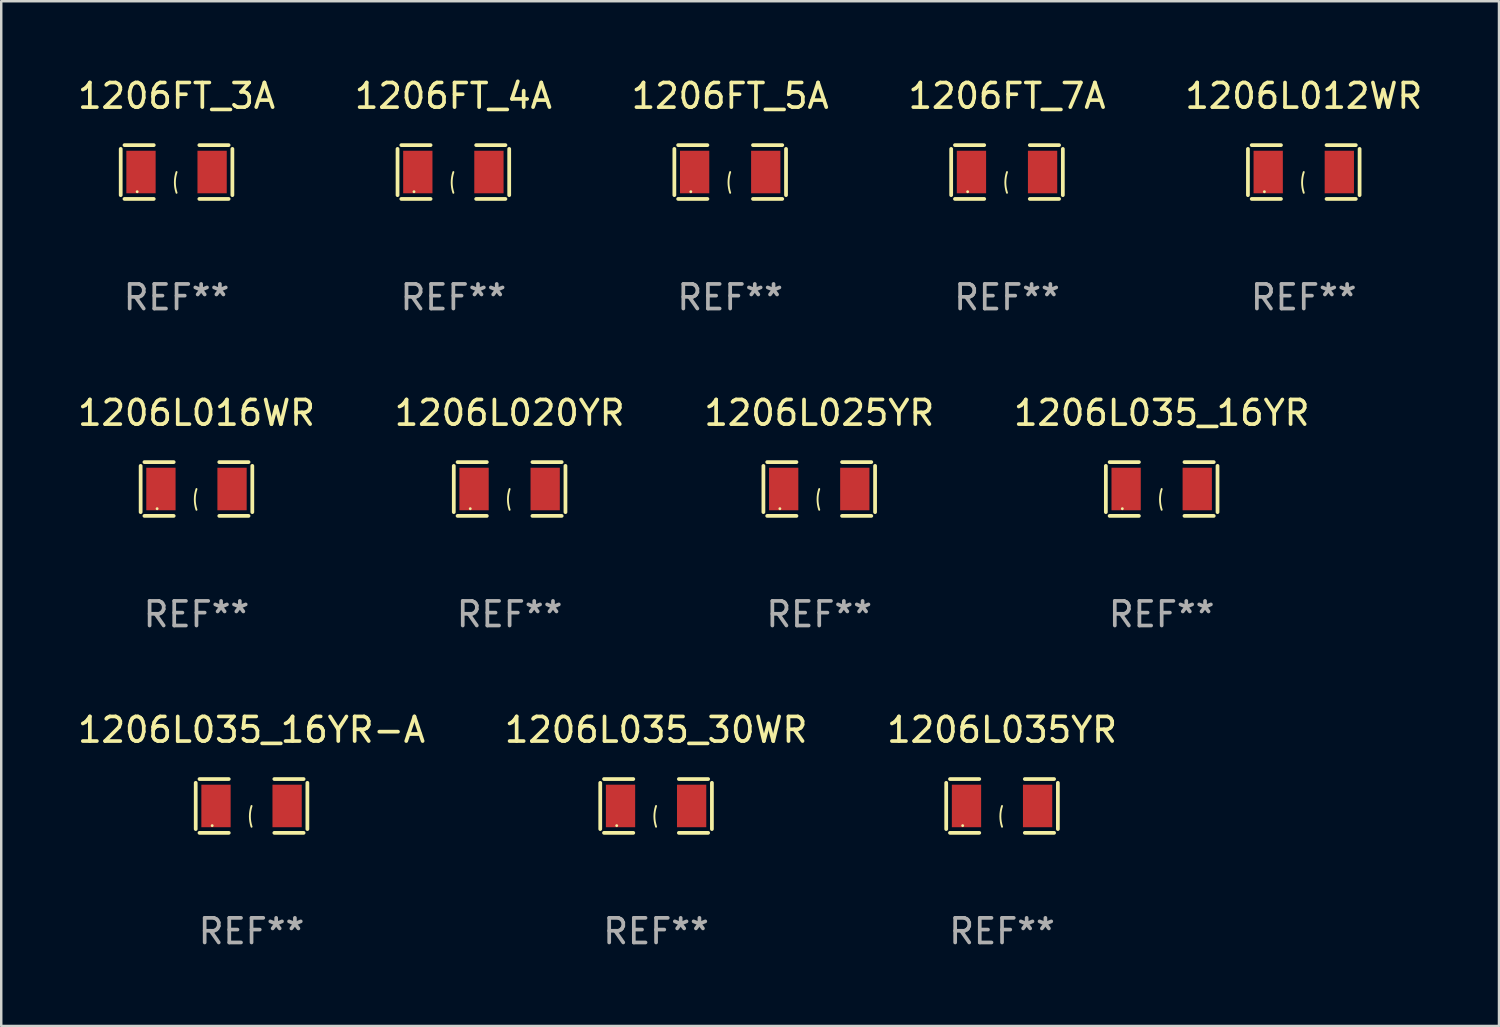
<source format=kicad_pcb>
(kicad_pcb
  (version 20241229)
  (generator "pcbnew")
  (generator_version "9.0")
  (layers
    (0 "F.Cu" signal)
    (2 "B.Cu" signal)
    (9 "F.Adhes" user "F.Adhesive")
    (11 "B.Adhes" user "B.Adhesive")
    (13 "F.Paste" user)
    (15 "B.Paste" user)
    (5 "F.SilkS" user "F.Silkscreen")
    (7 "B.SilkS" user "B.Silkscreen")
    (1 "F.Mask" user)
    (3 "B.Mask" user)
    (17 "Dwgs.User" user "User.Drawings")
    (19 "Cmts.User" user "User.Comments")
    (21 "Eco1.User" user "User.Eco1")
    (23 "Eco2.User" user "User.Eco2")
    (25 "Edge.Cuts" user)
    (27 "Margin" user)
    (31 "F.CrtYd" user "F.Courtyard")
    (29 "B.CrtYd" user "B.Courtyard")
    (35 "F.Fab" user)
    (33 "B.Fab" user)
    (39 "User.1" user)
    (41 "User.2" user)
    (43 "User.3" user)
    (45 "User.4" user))
  (footprint "1206L016WR"
    (layer "F.Cu")
    (at 4.935 16.823)
    (property "Reference" "1206L016WR" (at 0 -3.093 0) (layer "F.SilkS") (effects (font (size 1 1) (thickness 0.15))))
    (attr through_hole)
    (fp_line (start -2.269 -0.94) (end -2.269 0.94) (stroke (width 0.152) (type solid)) (layer "F.SilkS"))
    (fp_line (start -2.116 1.093) (end -0.926 1.093) (stroke (width 0.152) (type solid)) (layer "F.SilkS"))
    (fp_line (start -0.926 -1.093) (end -2.116 -1.093) (stroke (width 0.152) (type solid)) (layer "F.SilkS"))
    (fp_line (start 0.926 -1.093) (end 2.116 -1.093) (stroke (width 0.152) (type solid)) (layer "F.SilkS"))
    (fp_line (start 2.116 1.093) (end 0.926 1.093) (stroke (width 0.152) (type solid)) (layer "F.SilkS"))
    (fp_line (start 2.269 -0.94) (end 2.269 0.94) (stroke (width 0.152) (type solid)) (layer "F.SilkS"))
    (fp_arc (start 0 0.844951) (mid -0.068559 0.422475) (end 0 0) (stroke (width 0.0762) (type solid)) (layer "F.SilkS"))
    (fp_circle (center -1.6 0.8) (end -1.57 0.8) (stroke (width 0.06) (type solid)) (fill no) (layer "F.SilkS"))
    (fp_text user "REF**" (at 0 5.093 0) (layer "F.Fab") (effects (font (size 1 1) (thickness 0.15))))
    (pad "1" smd rect (at -1.445 0) (size 1.19 1.728) (layers "F.Cu" "F.Mask" "F.Paste"))
    (pad "2" smd rect (at 1.445 0) (size 1.19 1.728) (layers "F.Cu" "F.Mask" "F.Paste")))
  (footprint "1206L012WR"
    (layer "F.Cu")
    (at 49.935 3.941)
    (property "Reference" "1206L012WR" (at 0 -3.093 0) (layer "F.SilkS") (effects (font (size 1 1) (thickness 0.15))))
    (attr through_hole)
    (fp_line (start -2.269 -0.94) (end -2.269 0.94) (stroke (width 0.152) (type solid)) (layer "F.SilkS"))
    (fp_line (start -2.116 1.093) (end -0.926 1.093) (stroke (width 0.152) (type solid)) (layer "F.SilkS"))
    (fp_line (start -0.926 -1.093) (end -2.116 -1.093) (stroke (width 0.152) (type solid)) (layer "F.SilkS"))
    (fp_line (start 0.926 -1.093) (end 2.116 -1.093) (stroke (width 0.152) (type solid)) (layer "F.SilkS"))
    (fp_line (start 2.116 1.093) (end 0.926 1.093) (stroke (width 0.152) (type solid)) (layer "F.SilkS"))
    (fp_line (start 2.269 -0.94) (end 2.269 0.94) (stroke (width 0.152) (type solid)) (layer "F.SilkS"))
    (fp_arc (start 0 0.844951) (mid -0.068559 0.422475) (end 0 0) (stroke (width 0.0762) (type solid)) (layer "F.SilkS"))
    (fp_circle (center -1.6 0.8) (end -1.57 0.8) (stroke (width 0.06) (type solid)) (fill no) (layer "F.SilkS"))
    (fp_text user "REF**" (at 0 5.093 0) (layer "F.Fab") (effects (font (size 1 1) (thickness 0.15))))
    (pad "1" smd rect (at -1.445 0) (size 1.19 1.728) (layers "F.Cu" "F.Mask" "F.Paste"))
    (pad "2" smd rect (at 1.445 0) (size 1.19 1.728) (layers "F.Cu" "F.Mask" "F.Paste")))
  (footprint "1206FT_7A"
    (layer "F.Cu")
    (at 37.875 3.941)
    (property "Reference" "1206FT_7A" (at 0 -3.093 0) (layer "F.SilkS") (effects (font (size 1 1) (thickness 0.15))))
    (attr through_hole)
    (fp_line (start -2.269 -0.94) (end -2.269 0.94) (stroke (width 0.152) (type solid)) (layer "F.SilkS"))
    (fp_line (start -2.116 1.093) (end -0.926 1.093) (stroke (width 0.152) (type solid)) (layer "F.SilkS"))
    (fp_line (start -0.926 -1.093) (end -2.116 -1.093) (stroke (width 0.152) (type solid)) (layer "F.SilkS"))
    (fp_line (start 0.926 -1.093) (end 2.116 -1.093) (stroke (width 0.152) (type solid)) (layer "F.SilkS"))
    (fp_line (start 2.116 1.093) (end 0.926 1.093) (stroke (width 0.152) (type solid)) (layer "F.SilkS"))
    (fp_line (start 2.269 -0.94) (end 2.269 0.94) (stroke (width 0.152) (type solid)) (layer "F.SilkS"))
    (fp_arc (start 0 0.844951) (mid -0.068559 0.422475) (end 0 0) (stroke (width 0.0762) (type solid)) (layer "F.SilkS"))
    (fp_circle (center -1.6 0.8) (end -1.57 0.8) (stroke (width 0.06) (type solid)) (fill no) (layer "F.SilkS"))
    (fp_text user "REF**" (at 0 5.093 0) (layer "F.Fab") (effects (font (size 1 1) (thickness 0.15))))
    (pad "1" smd rect (at -1.445 0) (size 1.19 1.728) (layers "F.Cu" "F.Mask" "F.Paste"))
    (pad "2" smd rect (at 1.445 0) (size 1.19 1.728) (layers "F.Cu" "F.Mask" "F.Paste")))
  (footprint "1206FT_5A"
    (layer "F.Cu")
    (at 26.625 3.941)
    (property "Reference" "1206FT_5A" (at 0 -3.093 0) (layer "F.SilkS") (effects (font (size 1 1) (thickness 0.15))))
    (attr through_hole)
    (fp_line (start -2.269 -0.94) (end -2.269 0.94) (stroke (width 0.152) (type solid)) (layer "F.SilkS"))
    (fp_line (start -2.116 1.093) (end -0.926 1.093) (stroke (width 0.152) (type solid)) (layer "F.SilkS"))
    (fp_line (start -0.926 -1.093) (end -2.116 -1.093) (stroke (width 0.152) (type solid)) (layer "F.SilkS"))
    (fp_line (start 0.926 -1.093) (end 2.116 -1.093) (stroke (width 0.152) (type solid)) (layer "F.SilkS"))
    (fp_line (start 2.116 1.093) (end 0.926 1.093) (stroke (width 0.152) (type solid)) (layer "F.SilkS"))
    (fp_line (start 2.269 -0.94) (end 2.269 0.94) (stroke (width 0.152) (type solid)) (layer "F.SilkS"))
    (fp_arc (start 0 0.844951) (mid -0.068559 0.422475) (end 0 0) (stroke (width 0.0762) (type solid)) (layer "F.SilkS"))
    (fp_circle (center -1.6 0.8) (end -1.57 0.8) (stroke (width 0.06) (type solid)) (fill no) (layer "F.SilkS"))
    (fp_text user "REF**" (at 0 5.093 0) (layer "F.Fab") (effects (font (size 1 1) (thickness 0.15))))
    (pad "1" smd rect (at -1.445 0) (size 1.19 1.728) (layers "F.Cu" "F.Mask" "F.Paste"))
    (pad "2" smd rect (at 1.445 0) (size 1.19 1.728) (layers "F.Cu" "F.Mask" "F.Paste")))
  (footprint "1206L035YR"
    (layer "F.Cu")
    (at 37.673 29.704)
    (property "Reference" "1206L035YR" (at 0 -3.093 0) (layer "F.SilkS") (effects (font (size 1 1) (thickness 0.15))))
    (attr through_hole)
    (fp_line (start -2.269 -0.94) (end -2.269 0.94) (stroke (width 0.152) (type solid)) (layer "F.SilkS"))
    (fp_line (start -2.116 1.093) (end -0.926 1.093) (stroke (width 0.152) (type solid)) (layer "F.SilkS"))
    (fp_line (start -0.926 -1.093) (end -2.116 -1.093) (stroke (width 0.152) (type solid)) (layer "F.SilkS"))
    (fp_line (start 0.926 -1.093) (end 2.116 -1.093) (stroke (width 0.152) (type solid)) (layer "F.SilkS"))
    (fp_line (start 2.116 1.093) (end 0.926 1.093) (stroke (width 0.152) (type solid)) (layer "F.SilkS"))
    (fp_line (start 2.269 -0.94) (end 2.269 0.94) (stroke (width 0.152) (type solid)) (layer "F.SilkS"))
    (fp_arc (start 0 0.844951) (mid -0.068559 0.422475) (end 0 0) (stroke (width 0.0762) (type solid)) (layer "F.SilkS"))
    (fp_circle (center -1.6 0.8) (end -1.57 0.8) (stroke (width 0.06) (type solid)) (fill no) (layer "F.SilkS"))
    (fp_text user "REF**" (at 0 5.093 0) (layer "F.Fab") (effects (font (size 1 1) (thickness 0.15))))
    (pad "1" smd rect (at -1.445 0) (size 1.19 1.728) (layers "F.Cu" "F.Mask" "F.Paste"))
    (pad "2" smd rect (at 1.445 0) (size 1.19 1.728) (layers "F.Cu" "F.Mask" "F.Paste")))
  (footprint "1206L035_30WR"
    (layer "F.Cu")
    (at 23.613 29.704)
    (property "Reference" "1206L035_30WR" (at 0 -3.093 0) (layer "F.SilkS") (effects (font (size 1 1) (thickness 0.15))))
    (attr through_hole)
    (fp_line (start -2.269 -0.94) (end -2.269 0.94) (stroke (width 0.152) (type solid)) (layer "F.SilkS"))
    (fp_line (start -2.116 1.093) (end -0.926 1.093) (stroke (width 0.152) (type solid)) (layer "F.SilkS"))
    (fp_line (start -0.926 -1.093) (end -2.116 -1.093) (stroke (width 0.152) (type solid)) (layer "F.SilkS"))
    (fp_line (start 0.926 -1.093) (end 2.116 -1.093) (stroke (width 0.152) (type solid)) (layer "F.SilkS"))
    (fp_line (start 2.116 1.093) (end 0.926 1.093) (stroke (width 0.152) (type solid)) (layer "F.SilkS"))
    (fp_line (start 2.269 -0.94) (end 2.269 0.94) (stroke (width 0.152) (type solid)) (layer "F.SilkS"))
    (fp_arc (start 0 0.844951) (mid -0.068559 0.422475) (end 0 0) (stroke (width 0.0762) (type solid)) (layer "F.SilkS"))
    (fp_circle (center -1.6 0.8) (end -1.57 0.8) (stroke (width 0.06) (type solid)) (fill no) (layer "F.SilkS"))
    (fp_text user "REF**" (at 0 5.093 0) (layer "F.Fab") (effects (font (size 1 1) (thickness 0.15))))
    (pad "1" smd rect (at -1.445 0) (size 1.19 1.728) (layers "F.Cu" "F.Mask" "F.Paste"))
    (pad "2" smd rect (at 1.445 0) (size 1.19 1.728) (layers "F.Cu" "F.Mask" "F.Paste")))
  (footprint "1206L020YR"
    (layer "F.Cu")
    (at 17.661 16.823)
    (property "Reference" "1206L020YR" (at 0 -3.093 0) (layer "F.SilkS") (effects (font (size 1 1) (thickness 0.15))))
    (attr through_hole)
    (fp_line (start -2.269 -0.94) (end -2.269 0.94) (stroke (width 0.152) (type solid)) (layer "F.SilkS"))
    (fp_line (start -2.116 1.093) (end -0.926 1.093) (stroke (width 0.152) (type solid)) (layer "F.SilkS"))
    (fp_line (start -0.926 -1.093) (end -2.116 -1.093) (stroke (width 0.152) (type solid)) (layer "F.SilkS"))
    (fp_line (start 0.926 -1.093) (end 2.116 -1.093) (stroke (width 0.152) (type solid)) (layer "F.SilkS"))
    (fp_line (start 2.116 1.093) (end 0.926 1.093) (stroke (width 0.152) (type solid)) (layer "F.SilkS"))
    (fp_line (start 2.269 -0.94) (end 2.269 0.94) (stroke (width 0.152) (type solid)) (layer "F.SilkS"))
    (fp_arc (start 0 0.844951) (mid -0.068559 0.422475) (end 0 0) (stroke (width 0.0762) (type solid)) (layer "F.SilkS"))
    (fp_circle (center -1.6 0.8) (end -1.57 0.8) (stroke (width 0.06) (type solid)) (fill no) (layer "F.SilkS"))
    (fp_text user "REF**" (at 0 5.093 0) (layer "F.Fab") (effects (font (size 1 1) (thickness 0.15))))
    (pad "1" smd rect (at -1.445 0) (size 1.19 1.728) (layers "F.Cu" "F.Mask" "F.Paste"))
    (pad "2" smd rect (at 1.445 0) (size 1.19 1.728) (layers "F.Cu" "F.Mask" "F.Paste")))
  (footprint "1206L035_16YR-A"
    (layer "F.Cu")
    (at 7.173 29.704)
    (property "Reference" "1206L035_16YR-A" (at 0 -3.093 0) (layer "F.SilkS") (effects (font (size 1 1) (thickness 0.15))))
    (attr through_hole)
    (fp_line (start -2.269 -0.94) (end -2.269 0.94) (stroke (width 0.152) (type solid)) (layer "F.SilkS"))
    (fp_line (start -2.116 1.093) (end -0.926 1.093) (stroke (width 0.152) (type solid)) (layer "F.SilkS"))
    (fp_line (start -0.926 -1.093) (end -2.116 -1.093) (stroke (width 0.152) (type solid)) (layer "F.SilkS"))
    (fp_line (start 0.926 -1.093) (end 2.116 -1.093) (stroke (width 0.152) (type solid)) (layer "F.SilkS"))
    (fp_line (start 2.116 1.093) (end 0.926 1.093) (stroke (width 0.152) (type solid)) (layer "F.SilkS"))
    (fp_line (start 2.269 -0.94) (end 2.269 0.94) (stroke (width 0.152) (type solid)) (layer "F.SilkS"))
    (fp_arc (start 0 0.844951) (mid -0.068559 0.422475) (end 0 0) (stroke (width 0.0762) (type solid)) (layer "F.SilkS"))
    (fp_circle (center -1.6 0.8) (end -1.57 0.8) (stroke (width 0.06) (type solid)) (fill no) (layer "F.SilkS"))
    (fp_text user "REF**" (at 0 5.093 0) (layer "F.Fab") (effects (font (size 1 1) (thickness 0.15))))
    (pad "1" smd rect (at -1.445 0) (size 1.19 1.728) (layers "F.Cu" "F.Mask" "F.Paste"))
    (pad "2" smd rect (at 1.445 0) (size 1.19 1.728) (layers "F.Cu" "F.Mask" "F.Paste")))
  (footprint "1206FT_4A"
    (layer "F.Cu")
    (at 15.375 3.941)
    (property "Reference" "1206FT_4A" (at 0 -3.093 0) (layer "F.SilkS") (effects (font (size 1 1) (thickness 0.15))))
    (attr through_hole)
    (fp_line (start -2.269 -0.94) (end -2.269 0.94) (stroke (width 0.152) (type solid)) (layer "F.SilkS"))
    (fp_line (start -2.116 1.093) (end -0.926 1.093) (stroke (width 0.152) (type solid)) (layer "F.SilkS"))
    (fp_line (start -0.926 -1.093) (end -2.116 -1.093) (stroke (width 0.152) (type solid)) (layer "F.SilkS"))
    (fp_line (start 0.926 -1.093) (end 2.116 -1.093) (stroke (width 0.152) (type solid)) (layer "F.SilkS"))
    (fp_line (start 2.116 1.093) (end 0.926 1.093) (stroke (width 0.152) (type solid)) (layer "F.SilkS"))
    (fp_line (start 2.269 -0.94) (end 2.269 0.94) (stroke (width 0.152) (type solid)) (layer "F.SilkS"))
    (fp_arc (start 0 0.844951) (mid -0.068559 0.422475) (end 0 0) (stroke (width 0.0762) (type solid)) (layer "F.SilkS"))
    (fp_circle (center -1.6 0.8) (end -1.57 0.8) (stroke (width 0.06) (type solid)) (fill no) (layer "F.SilkS"))
    (fp_text user "REF**" (at 0 5.093 0) (layer "F.Fab") (effects (font (size 1 1) (thickness 0.15))))
    (pad "1" smd rect (at -1.445 0) (size 1.19 1.728) (layers "F.Cu" "F.Mask" "F.Paste"))
    (pad "2" smd rect (at 1.445 0) (size 1.19 1.728) (layers "F.Cu" "F.Mask" "F.Paste")))
  (footprint "1206L035_16YR"
    (layer "F.Cu")
    (at 44.161 16.823)
    (property "Reference" "1206L035_16YR" (at 0 -3.093 0) (layer "F.SilkS") (effects (font (size 1 1) (thickness 0.15))))
    (attr through_hole)
    (fp_line (start -2.269 -0.94) (end -2.269 0.94) (stroke (width 0.152) (type solid)) (layer "F.SilkS"))
    (fp_line (start -2.116 1.093) (end -0.926 1.093) (stroke (width 0.152) (type solid)) (layer "F.SilkS"))
    (fp_line (start -0.926 -1.093) (end -2.116 -1.093) (stroke (width 0.152) (type solid)) (layer "F.SilkS"))
    (fp_line (start 0.926 -1.093) (end 2.116 -1.093) (stroke (width 0.152) (type solid)) (layer "F.SilkS"))
    (fp_line (start 2.116 1.093) (end 0.926 1.093) (stroke (width 0.152) (type solid)) (layer "F.SilkS"))
    (fp_line (start 2.269 -0.94) (end 2.269 0.94) (stroke (width 0.152) (type solid)) (layer "F.SilkS"))
    (fp_arc (start 0 0.844951) (mid -0.068559 0.422475) (end 0 0) (stroke (width 0.0762) (type solid)) (layer "F.SilkS"))
    (fp_circle (center -1.6 0.8) (end -1.57 0.8) (stroke (width 0.06) (type solid)) (fill no) (layer "F.SilkS"))
    (fp_text user "REF**" (at 0 5.093 0) (layer "F.Fab") (effects (font (size 1 1) (thickness 0.15))))
    (pad "1" smd rect (at -1.445 0) (size 1.19 1.728) (layers "F.Cu" "F.Mask" "F.Paste"))
    (pad "2" smd rect (at 1.445 0) (size 1.19 1.728) (layers "F.Cu" "F.Mask" "F.Paste")))
  (footprint "1206L025YR"
    (layer "F.Cu")
    (at 30.244 16.823)
    (property "Reference" "1206L025YR" (at 0 -3.093 0) (layer "F.SilkS") (effects (font (size 1 1) (thickness 0.15))))
    (attr through_hole)
    (fp_line (start -2.269 -0.94) (end -2.269 0.94) (stroke (width 0.152) (type solid)) (layer "F.SilkS"))
    (fp_line (start -2.116 1.093) (end -0.926 1.093) (stroke (width 0.152) (type solid)) (layer "F.SilkS"))
    (fp_line (start -0.926 -1.093) (end -2.116 -1.093) (stroke (width 0.152) (type solid)) (layer "F.SilkS"))
    (fp_line (start 0.926 -1.093) (end 2.116 -1.093) (stroke (width 0.152) (type solid)) (layer "F.SilkS"))
    (fp_line (start 2.116 1.093) (end 0.926 1.093) (stroke (width 0.152) (type solid)) (layer "F.SilkS"))
    (fp_line (start 2.269 -0.94) (end 2.269 0.94) (stroke (width 0.152) (type solid)) (layer "F.SilkS"))
    (fp_arc (start 0 0.844951) (mid -0.068559 0.422475) (end 0 0) (stroke (width 0.0762) (type solid)) (layer "F.SilkS"))
    (fp_circle (center -1.6 0.8) (end -1.57 0.8) (stroke (width 0.06) (type solid)) (fill no) (layer "F.SilkS"))
    (fp_text user "REF**" (at 0 5.093 0) (layer "F.Fab") (effects (font (size 1 1) (thickness 0.15))))
    (pad "1" smd rect (at -1.445 0) (size 1.19 1.728) (layers "F.Cu" "F.Mask" "F.Paste"))
    (pad "2" smd rect (at 1.445 0) (size 1.19 1.728) (layers "F.Cu" "F.Mask" "F.Paste")))
  (footprint "1206FT_3A"
    (layer "F.Cu")
    (at 4.125 3.941)
    (property "Reference" "1206FT_3A" (at 0 -3.093 0) (layer "F.SilkS") (effects (font (size 1 1) (thickness 0.15))))
    (attr through_hole)
    (fp_line (start -2.269 -0.94) (end -2.269 0.94) (stroke (width 0.152) (type solid)) (layer "F.SilkS"))
    (fp_line (start -2.116 1.093) (end -0.926 1.093) (stroke (width 0.152) (type solid)) (layer "F.SilkS"))
    (fp_line (start -0.926 -1.093) (end -2.116 -1.093) (stroke (width 0.152) (type solid)) (layer "F.SilkS"))
    (fp_line (start 0.926 -1.093) (end 2.116 -1.093) (stroke (width 0.152) (type solid)) (layer "F.SilkS"))
    (fp_line (start 2.116 1.093) (end 0.926 1.093) (stroke (width 0.152) (type solid)) (layer "F.SilkS"))
    (fp_line (start 2.269 -0.94) (end 2.269 0.94) (stroke (width 0.152) (type solid)) (layer "F.SilkS"))
    (fp_arc (start 0 0.844951) (mid -0.068559 0.422475) (end 0 0) (stroke (width 0.0762) (type solid)) (layer "F.SilkS"))
    (fp_circle (center -1.6 0.8) (end -1.57 0.8) (stroke (width 0.06) (type solid)) (fill no) (layer "F.SilkS"))
    (fp_text user "REF**" (at 0 5.093 0) (layer "F.Fab") (effects (font (size 1 1) (thickness 0.15))))
    (pad "1" smd rect (at -1.445 0) (size 1.19 1.728) (layers "F.Cu" "F.Mask" "F.Paste"))
    (pad "2" smd rect (at 1.445 0) (size 1.19 1.728) (layers "F.Cu" "F.Mask" "F.Paste")))
  (gr_rect
    (start -3 -3)
    (end 57.869 38.645)
    (stroke (width 0.1) (type default))
    (fill no)
    (layer "Edge.Cuts")))
</source>
